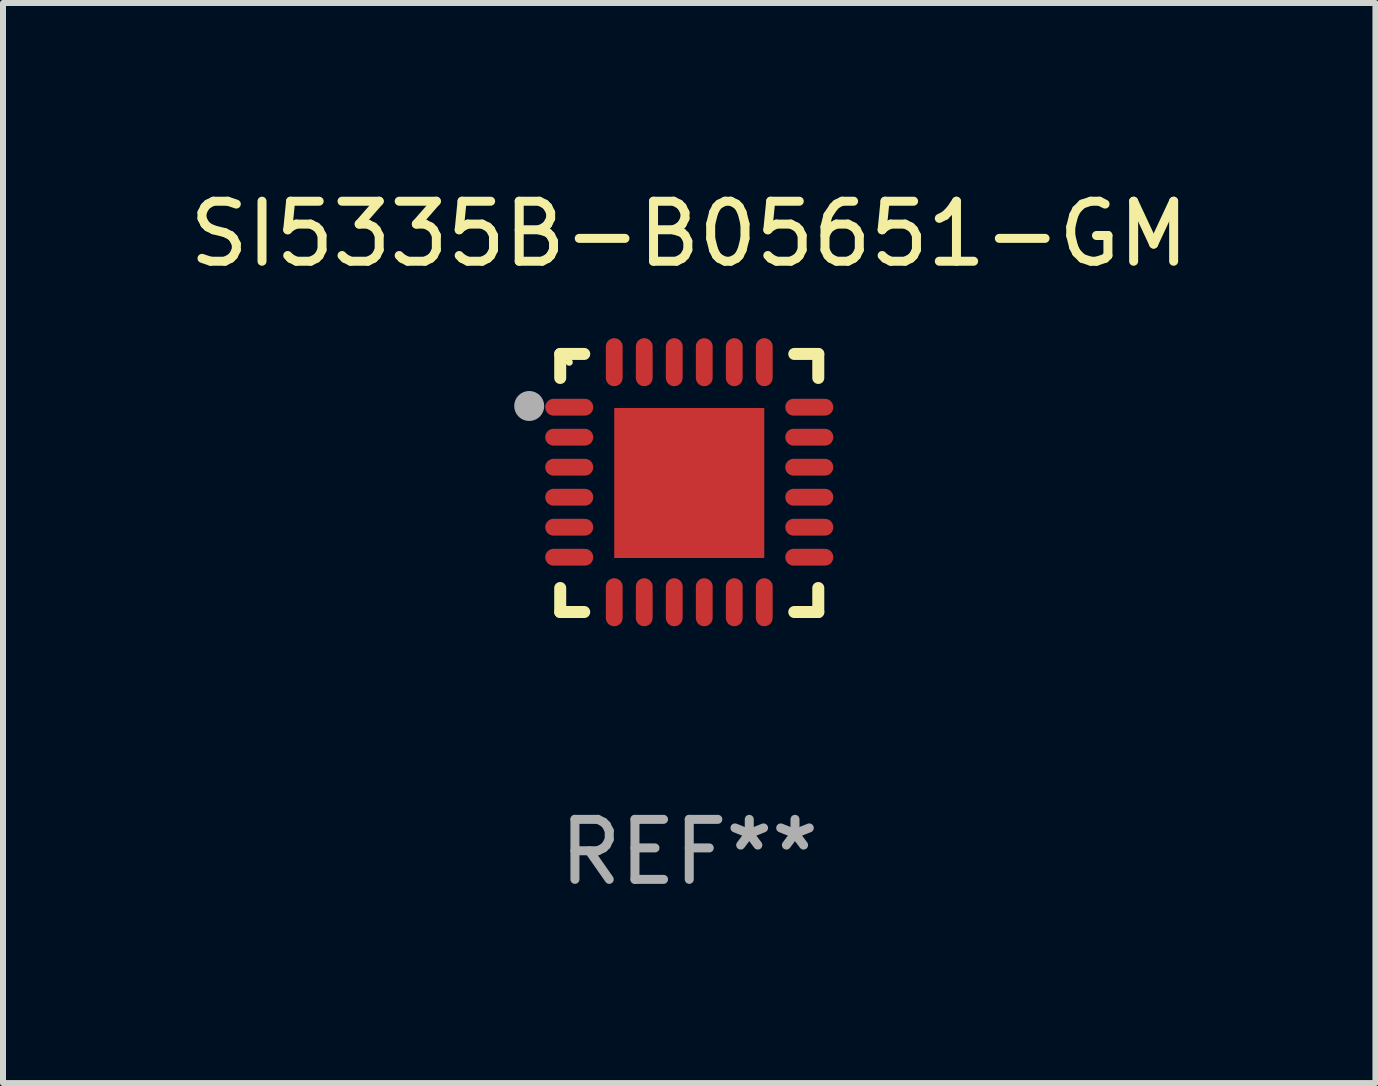
<source format=kicad_pcb>
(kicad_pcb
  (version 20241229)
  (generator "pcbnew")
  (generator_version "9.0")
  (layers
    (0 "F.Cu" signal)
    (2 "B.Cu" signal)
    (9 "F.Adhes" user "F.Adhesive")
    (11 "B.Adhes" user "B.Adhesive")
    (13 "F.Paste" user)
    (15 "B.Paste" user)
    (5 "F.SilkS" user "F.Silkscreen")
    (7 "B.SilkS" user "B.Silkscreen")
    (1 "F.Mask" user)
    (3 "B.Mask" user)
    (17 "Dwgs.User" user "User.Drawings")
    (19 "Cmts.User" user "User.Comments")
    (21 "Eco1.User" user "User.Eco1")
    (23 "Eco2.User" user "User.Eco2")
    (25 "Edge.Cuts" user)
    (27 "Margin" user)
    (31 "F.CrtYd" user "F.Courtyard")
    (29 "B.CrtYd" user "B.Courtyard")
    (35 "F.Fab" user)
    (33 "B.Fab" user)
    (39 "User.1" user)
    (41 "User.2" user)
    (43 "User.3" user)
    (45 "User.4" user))
  (footprint "SI5335B-B05651-GM"
    (layer "F.Cu")
    (at 8.435 4.998)
    (property "Reference" "SI5335B-B05651-GM" (at 0 -4.15 0) (layer "F.SilkS") (effects (font (size 1 1) (thickness 0.15))))
    (attr through_hole)
    (fp_line (start -2.15 -2.15) (end -1.75 -2.15) (stroke (width 0.2) (type solid)) (layer "F.SilkS"))
    (fp_line (start -2.15 -1.75) (end -2.15 -2.15) (stroke (width 0.2) (type solid)) (layer "F.SilkS"))
    (fp_line (start -2.15 2.15) (end -2.15 1.75) (stroke (width 0.2) (type solid)) (layer "F.SilkS"))
    (fp_line (start -1.75 2.15) (end -2.15 2.15) (stroke (width 0.2) (type solid)) (layer "F.SilkS"))
    (fp_line (start 1.75 -2.15) (end 2.15 -2.15) (stroke (width 0.2) (type solid)) (layer "F.SilkS"))
    (fp_line (start 1.75 2.15) (end 2.15 2.15) (stroke (width 0.2) (type solid)) (layer "F.SilkS"))
    (fp_line (start 2.15 -2.15) (end 2.15 -1.75) (stroke (width 0.2) (type solid)) (layer "F.SilkS"))
    (fp_line (start 2.15 2.15) (end 2.15 1.75) (stroke (width 0.2) (type solid)) (layer "F.SilkS"))
    (fp_circle (center -2 -2.013) (end -1.97 -2.013) (stroke (width 0.06) (type solid)) (fill no) (layer "F.SilkS"))
    (fp_circle (center -2.667 -1.283) (end -2.542 -1.283) (stroke (width 0.25) (type solid)) (fill no) (layer "F.Fab"))
    (fp_text user "REF**" (at 0 6.15 0) (layer "F.Fab") (effects (font (size 1 1) (thickness 0.15))))
    (pad "1" smd oval (at -2 -1.263) (size 0.8 0.28) (layers "F.Cu" "F.Mask" "F.Paste"))
    (pad "2" smd oval (at -2 -0.763) (size 0.8 0.28) (layers "F.Cu" "F.Mask" "F.Paste"))
    (pad "3" smd oval (at -2 -0.263) (size 0.8 0.28) (layers "F.Cu" "F.Mask" "F.Paste"))
    (pad "4" smd oval (at -2 0.237) (size 0.8 0.28) (layers "F.Cu" "F.Mask" "F.Paste"))
    (pad "5" smd oval (at -2 0.737) (size 0.8 0.28) (layers "F.Cu" "F.Mask" "F.Paste"))
    (pad "6" smd oval (at -2 1.237) (size 0.8 0.28) (layers "F.Cu" "F.Mask" "F.Paste"))
    (pad "7" smd oval (at -1.25 1.987) (size 0.28 0.8) (layers "F.Cu" "F.Mask" "F.Paste"))
    (pad "8" smd oval (at -0.75 1.987) (size 0.28 0.8) (layers "F.Cu" "F.Mask" "F.Paste"))
    (pad "9" smd oval (at -0.25 1.987) (size 0.28 0.8) (layers "F.Cu" "F.Mask" "F.Paste"))
    (pad "10" smd oval (at 0.25 1.987) (size 0.28 0.8) (layers "F.Cu" "F.Mask" "F.Paste"))
    (pad "11" smd oval (at 0.75 1.987) (size 0.28 0.8) (layers "F.Cu" "F.Mask" "F.Paste"))
    (pad "12" smd oval (at 1.25 1.987) (size 0.28 0.8) (layers "F.Cu" "F.Mask" "F.Paste"))
    (pad "13" smd oval (at 2 1.237) (size 0.8 0.28) (layers "F.Cu" "F.Mask" "F.Paste"))
    (pad "14" smd oval (at 2 0.737) (size 0.8 0.28) (layers "F.Cu" "F.Mask" "F.Paste"))
    (pad "15" smd oval (at 2 0.237) (size 0.8 0.28) (layers "F.Cu" "F.Mask" "F.Paste"))
    (pad "16" smd oval (at 2 -0.263) (size 0.8 0.28) (layers "F.Cu" "F.Mask" "F.Paste"))
    (pad "17" smd oval (at 2 -0.763) (size 0.8 0.28) (layers "F.Cu" "F.Mask" "F.Paste"))
    (pad "18" smd oval (at 2 -1.263) (size 0.8 0.28) (layers "F.Cu" "F.Mask" "F.Paste"))
    (pad "19" smd oval (at 1.25 -2.013) (size 0.28 0.8) (layers "F.Cu" "F.Mask" "F.Paste"))
    (pad "20" smd oval (at 0.75 -2.013) (size 0.28 0.8) (layers "F.Cu" "F.Mask" "F.Paste"))
    (pad "21" smd oval (at 0.25 -2.013) (size 0.28 0.8) (layers "F.Cu" "F.Mask" "F.Paste"))
    (pad "22" smd oval (at -0.25 -2.013) (size 0.28 0.8) (layers "F.Cu" "F.Mask" "F.Paste"))
    (pad "23" smd oval (at -0.75 -2.013) (size 0.28 0.8) (layers "F.Cu" "F.Mask" "F.Paste"))
    (pad "24" smd oval (at -1.25 -2.013) (size 0.28 0.8) (layers "F.Cu" "F.Mask" "F.Paste"))
    (pad "25" smd rect (at -0.000127 -0.00014) (size 2.5 2.5) (layers "F.Cu" "F.Mask" "F.Paste")))
  (gr_rect
    (start -3 -3)
    (end 19.869 14.997)
    (stroke (width 0.1) (type default))
    (fill no)
    (layer "Edge.Cuts")))
</source>
